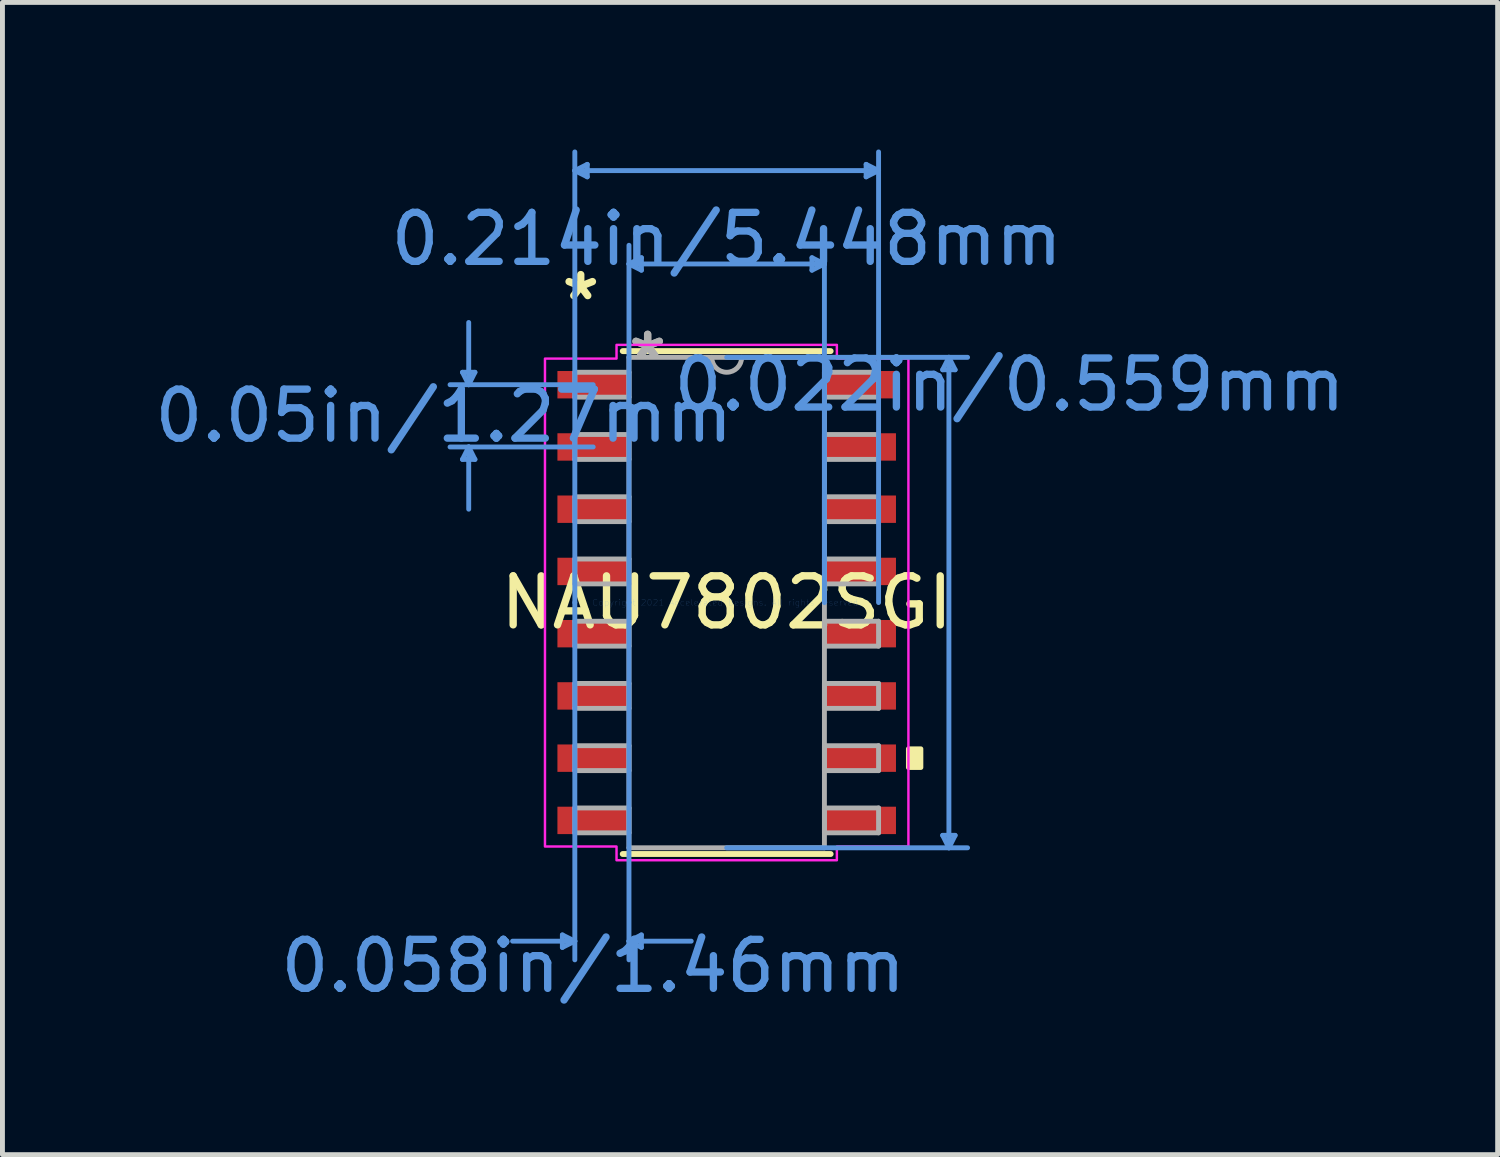
<source format=kicad_pcb>
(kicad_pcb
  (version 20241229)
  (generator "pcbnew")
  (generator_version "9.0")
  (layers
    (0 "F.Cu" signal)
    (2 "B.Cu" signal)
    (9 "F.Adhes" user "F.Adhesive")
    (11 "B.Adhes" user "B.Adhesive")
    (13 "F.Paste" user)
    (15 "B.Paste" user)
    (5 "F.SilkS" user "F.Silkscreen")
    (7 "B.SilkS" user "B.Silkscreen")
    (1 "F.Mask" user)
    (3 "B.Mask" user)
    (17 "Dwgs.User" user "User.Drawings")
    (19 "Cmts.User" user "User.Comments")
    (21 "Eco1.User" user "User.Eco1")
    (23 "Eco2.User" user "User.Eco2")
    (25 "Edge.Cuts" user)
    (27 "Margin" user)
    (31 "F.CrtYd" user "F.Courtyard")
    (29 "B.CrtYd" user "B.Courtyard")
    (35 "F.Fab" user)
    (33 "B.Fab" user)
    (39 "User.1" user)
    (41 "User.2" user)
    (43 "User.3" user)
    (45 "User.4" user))
  (footprint "NAU7802SGI"
    (layer "F.Cu")
    (at 11.778 9.245)
    (property "Reference" "NAU7802SGI" (at 0 0 0) (layer "F.SilkS") (effects (font (size 1 1) (thickness 0.15))))
    (attr smd)
    (fp_line (start -2.121 5.131) (end 2.121 5.131) (stroke (width 0.12) (type solid)) (layer "F.SilkS"))
    (fp_line (start 2.121 -5.131) (end -2.121 -5.131) (stroke (width 0.12) (type solid)) (layer "F.SilkS"))
    (fp_poly (pts (xy 3.962 2.985) (xy 3.962 3.365) (xy 3.708 3.365) (xy 3.708 2.985)) (stroke (width 0.1) (type solid)) (fill yes) (layer "F.SilkS"))
    (fp_line (start -5.391 -4.699) (end -5.137 -4.699) (stroke (width 0.1) (type solid)) (layer "Cmts.User"))
    (fp_line (start -5.391 -2.921) (end -5.137 -2.921) (stroke (width 0.1) (type solid)) (layer "Cmts.User"))
    (fp_line (start -5.264 -4.445) (end -5.391 -4.699) (stroke (width 0.1) (type solid)) (layer "Cmts.User"))
    (fp_line (start -5.264 -4.445) (end -5.264 -5.715) (stroke (width 0.1) (type solid)) (layer "Cmts.User"))
    (fp_line (start -5.264 -4.445) (end -5.137 -4.699) (stroke (width 0.1) (type solid)) (layer "Cmts.User"))
    (fp_line (start -5.264 -3.175) (end -5.391 -2.921) (stroke (width 0.1) (type solid)) (layer "Cmts.User"))
    (fp_line (start -5.264 -3.175) (end -5.264 -1.905) (stroke (width 0.1) (type solid)) (layer "Cmts.User"))
    (fp_line (start -5.264 -3.175) (end -5.137 -2.921) (stroke (width 0.1) (type solid)) (layer "Cmts.User"))
    (fp_line (start -3.353 6.782) (end -3.353 7.036) (stroke (width 0.1) (type solid)) (layer "Cmts.User"))
    (fp_line (start -3.099 -8.814) (end -2.845 -8.941) (stroke (width 0.1) (type solid)) (layer "Cmts.User"))
    (fp_line (start -3.099 -8.814) (end -2.845 -8.687) (stroke (width 0.1) (type solid)) (layer "Cmts.User"))
    (fp_line (start -3.099 -8.814) (end 3.099 -8.814) (stroke (width 0.1) (type solid)) (layer "Cmts.User"))
    (fp_line (start -3.099 0) (end -3.099 -9.195) (stroke (width 0.1) (type solid)) (layer "Cmts.User"))
    (fp_line (start -3.099 0) (end -3.099 7.29) (stroke (width 0.1) (type solid)) (layer "Cmts.User"))
    (fp_line (start -3.099 6.909) (end -4.369 6.909) (stroke (width 0.1) (type solid)) (layer "Cmts.User"))
    (fp_line (start -3.099 6.909) (end -3.353 6.782) (stroke (width 0.1) (type solid)) (layer "Cmts.User"))
    (fp_line (start -3.099 6.909) (end -3.353 7.036) (stroke (width 0.1) (type solid)) (layer "Cmts.User"))
    (fp_line (start -2.845 -8.941) (end -2.845 -8.687) (stroke (width 0.1) (type solid)) (layer "Cmts.User"))
    (fp_line (start -2.724 -4.445) (end -5.645 -4.445) (stroke (width 0.1) (type solid)) (layer "Cmts.User"))
    (fp_line (start -2.724 -3.175) (end -5.645 -3.175) (stroke (width 0.1) (type solid)) (layer "Cmts.User"))
    (fp_line (start -1.994 -6.909) (end -1.74 -7.036) (stroke (width 0.1) (type solid)) (layer "Cmts.User"))
    (fp_line (start -1.994 -6.909) (end -1.74 -6.782) (stroke (width 0.1) (type solid)) (layer "Cmts.User"))
    (fp_line (start -1.994 -6.909) (end 1.994 -6.909) (stroke (width 0.1) (type solid)) (layer "Cmts.User"))
    (fp_line (start -1.994 0) (end -1.994 -7.29) (stroke (width 0.1) (type solid)) (layer "Cmts.User"))
    (fp_line (start -1.994 0) (end -1.994 7.29) (stroke (width 0.1) (type solid)) (layer "Cmts.User"))
    (fp_line (start -1.994 6.909) (end -1.74 6.782) (stroke (width 0.1) (type solid)) (layer "Cmts.User"))
    (fp_line (start -1.994 6.909) (end -1.74 7.036) (stroke (width 0.1) (type solid)) (layer "Cmts.User"))
    (fp_line (start -1.994 6.909) (end -0.724 6.909) (stroke (width 0.1) (type solid)) (layer "Cmts.User"))
    (fp_line (start -1.74 -7.036) (end -1.74 -6.782) (stroke (width 0.1) (type solid)) (layer "Cmts.User"))
    (fp_line (start -1.74 6.782) (end -1.74 7.036) (stroke (width 0.1) (type solid)) (layer "Cmts.User"))
    (fp_line (start 0 -5.004) (end 4.915 -5.004) (stroke (width 0.1) (type solid)) (layer "Cmts.User"))
    (fp_line (start 0 5.004) (end 4.915 5.004) (stroke (width 0.1) (type solid)) (layer "Cmts.User"))
    (fp_line (start 1.74 -7.036) (end 1.74 -6.782) (stroke (width 0.1) (type solid)) (layer "Cmts.User"))
    (fp_line (start 1.994 -6.909) (end 1.74 -7.036) (stroke (width 0.1) (type solid)) (layer "Cmts.User"))
    (fp_line (start 1.994 -6.909) (end 1.74 -6.782) (stroke (width 0.1) (type solid)) (layer "Cmts.User"))
    (fp_line (start 1.994 0) (end 1.994 -7.29) (stroke (width 0.1) (type solid)) (layer "Cmts.User"))
    (fp_line (start 2.845 -8.941) (end 2.845 -8.687) (stroke (width 0.1) (type solid)) (layer "Cmts.User"))
    (fp_line (start 3.099 -8.814) (end 2.845 -8.941) (stroke (width 0.1) (type solid)) (layer "Cmts.User"))
    (fp_line (start 3.099 -8.814) (end 2.845 -8.687) (stroke (width 0.1) (type solid)) (layer "Cmts.User"))
    (fp_line (start 3.099 0) (end 3.099 -9.195) (stroke (width 0.1) (type solid)) (layer "Cmts.User"))
    (fp_line (start 4.407 -4.75) (end 4.661 -4.75) (stroke (width 0.1) (type solid)) (layer "Cmts.User"))
    (fp_line (start 4.407 4.75) (end 4.661 4.75) (stroke (width 0.1) (type solid)) (layer "Cmts.User"))
    (fp_line (start 4.534 -5.004) (end 4.407 -4.75) (stroke (width 0.1) (type solid)) (layer "Cmts.User"))
    (fp_line (start 4.534 -5.004) (end 4.534 5.004) (stroke (width 0.1) (type solid)) (layer "Cmts.User"))
    (fp_line (start 4.534 -5.004) (end 4.661 -4.75) (stroke (width 0.1) (type solid)) (layer "Cmts.User"))
    (fp_line (start 4.534 5.004) (end 4.407 4.75) (stroke (width 0.1) (type solid)) (layer "Cmts.User"))
    (fp_line (start 4.534 5.004) (end 4.661 4.75) (stroke (width 0.1) (type solid)) (layer "Cmts.User"))
    (fp_poly (pts (xy 2.248 -4.978) (xy 3.708 -4.978) (xy 3.708 4.978) (xy 2.248 4.978) (xy 2.248 5.258) (xy -2.248 5.258) (xy -2.248 4.978) (xy -3.708 4.978) (xy -3.708 -4.978) (xy -2.248 -4.978) (xy -2.248 -5.258) (xy 2.248 -5.258)) (stroke (width 0.05) (type solid)) (fill no) (layer "F.CrtYd"))
    (fp_line (start -3.099 -4.699) (end -3.099 -4.191) (stroke (width 0.1) (type solid)) (layer "F.Fab"))
    (fp_line (start -3.099 -4.191) (end -1.994 -4.191) (stroke (width 0.1) (type solid)) (layer "F.Fab"))
    (fp_line (start -3.099 -3.429) (end -3.099 -2.921) (stroke (width 0.1) (type solid)) (layer "F.Fab"))
    (fp_line (start -3.099 -2.921) (end -1.994 -2.921) (stroke (width 0.1) (type solid)) (layer "F.Fab"))
    (fp_line (start -3.099 -2.159) (end -3.099 -1.651) (stroke (width 0.1) (type solid)) (layer "F.Fab"))
    (fp_line (start -3.099 -1.651) (end -1.994 -1.651) (stroke (width 0.1) (type solid)) (layer "F.Fab"))
    (fp_line (start -3.099 -0.889) (end -3.099 -0.381) (stroke (width 0.1) (type solid)) (layer "F.Fab"))
    (fp_line (start -3.099 -0.381) (end -1.994 -0.381) (stroke (width 0.1) (type solid)) (layer "F.Fab"))
    (fp_line (start -3.099 0.381) (end -3.099 0.889) (stroke (width 0.1) (type solid)) (layer "F.Fab"))
    (fp_line (start -3.099 0.889) (end -1.994 0.889) (stroke (width 0.1) (type solid)) (layer "F.Fab"))
    (fp_line (start -3.099 1.651) (end -3.099 2.159) (stroke (width 0.1) (type solid)) (layer "F.Fab"))
    (fp_line (start -3.099 2.159) (end -1.994 2.159) (stroke (width 0.1) (type solid)) (layer "F.Fab"))
    (fp_line (start -3.099 2.921) (end -3.099 3.429) (stroke (width 0.1) (type solid)) (layer "F.Fab"))
    (fp_line (start -3.099 3.429) (end -1.994 3.429) (stroke (width 0.1) (type solid)) (layer "F.Fab"))
    (fp_line (start -3.099 4.191) (end -3.099 4.699) (stroke (width 0.1) (type solid)) (layer "F.Fab"))
    (fp_line (start -3.099 4.699) (end -1.994 4.699) (stroke (width 0.1) (type solid)) (layer "F.Fab"))
    (fp_line (start -1.994 -5.004) (end -1.994 5.004) (stroke (width 0.1) (type solid)) (layer "F.Fab"))
    (fp_line (start -1.994 -4.699) (end -3.099 -4.699) (stroke (width 0.1) (type solid)) (layer "F.Fab"))
    (fp_line (start -1.994 -4.191) (end -1.994 -4.699) (stroke (width 0.1) (type solid)) (layer "F.Fab"))
    (fp_line (start -1.994 -3.429) (end -3.099 -3.429) (stroke (width 0.1) (type solid)) (layer "F.Fab"))
    (fp_line (start -1.994 -2.921) (end -1.994 -3.429) (stroke (width 0.1) (type solid)) (layer "F.Fab"))
    (fp_line (start -1.994 -2.159) (end -3.099 -2.159) (stroke (width 0.1) (type solid)) (layer "F.Fab"))
    (fp_line (start -1.994 -1.651) (end -1.994 -2.159) (stroke (width 0.1) (type solid)) (layer "F.Fab"))
    (fp_line (start -1.994 -0.889) (end -3.099 -0.889) (stroke (width 0.1) (type solid)) (layer "F.Fab"))
    (fp_line (start -1.994 -0.381) (end -1.994 -0.889) (stroke (width 0.1) (type solid)) (layer "F.Fab"))
    (fp_line (start -1.994 0.381) (end -3.099 0.381) (stroke (width 0.1) (type solid)) (layer "F.Fab"))
    (fp_line (start -1.994 0.889) (end -1.994 0.381) (stroke (width 0.1) (type solid)) (layer "F.Fab"))
    (fp_line (start -1.994 1.651) (end -3.099 1.651) (stroke (width 0.1) (type solid)) (layer "F.Fab"))
    (fp_line (start -1.994 2.159) (end -1.994 1.651) (stroke (width 0.1) (type solid)) (layer "F.Fab"))
    (fp_line (start -1.994 2.921) (end -3.099 2.921) (stroke (width 0.1) (type solid)) (layer "F.Fab"))
    (fp_line (start -1.994 3.429) (end -1.994 2.921) (stroke (width 0.1) (type solid)) (layer "F.Fab"))
    (fp_line (start -1.994 4.191) (end -3.099 4.191) (stroke (width 0.1) (type solid)) (layer "F.Fab"))
    (fp_line (start -1.994 4.699) (end -1.994 4.191) (stroke (width 0.1) (type solid)) (layer "F.Fab"))
    (fp_line (start -1.994 5.004) (end 1.994 5.004) (stroke (width 0.1) (type solid)) (layer "F.Fab"))
    (fp_line (start 1.994 -5.004) (end -1.994 -5.004) (stroke (width 0.1) (type solid)) (layer "F.Fab"))
    (fp_line (start 1.994 -4.699) (end 1.994 -4.191) (stroke (width 0.1) (type solid)) (layer "F.Fab"))
    (fp_line (start 1.994 -4.191) (end 3.099 -4.191) (stroke (width 0.1) (type solid)) (layer "F.Fab"))
    (fp_line (start 1.994 -3.429) (end 1.994 -2.921) (stroke (width 0.1) (type solid)) (layer "F.Fab"))
    (fp_line (start 1.994 -2.921) (end 3.099 -2.921) (stroke (width 0.1) (type solid)) (layer "F.Fab"))
    (fp_line (start 1.994 -2.159) (end 1.994 -1.651) (stroke (width 0.1) (type solid)) (layer "F.Fab"))
    (fp_line (start 1.994 -1.651) (end 3.099 -1.651) (stroke (width 0.1) (type solid)) (layer "F.Fab"))
    (fp_line (start 1.994 -0.889) (end 1.994 -0.381) (stroke (width 0.1) (type solid)) (layer "F.Fab"))
    (fp_line (start 1.994 -0.381) (end 3.099 -0.381) (stroke (width 0.1) (type solid)) (layer "F.Fab"))
    (fp_line (start 1.994 0.381) (end 1.994 0.889) (stroke (width 0.1) (type solid)) (layer "F.Fab"))
    (fp_line (start 1.994 0.889) (end 3.099 0.889) (stroke (width 0.1) (type solid)) (layer "F.Fab"))
    (fp_line (start 1.994 1.651) (end 1.994 2.159) (stroke (width 0.1) (type solid)) (layer "F.Fab"))
    (fp_line (start 1.994 2.159) (end 3.099 2.159) (stroke (width 0.1) (type solid)) (layer "F.Fab"))
    (fp_line (start 1.994 2.921) (end 1.994 3.429) (stroke (width 0.1) (type solid)) (layer "F.Fab"))
    (fp_line (start 1.994 3.429) (end 3.099 3.429) (stroke (width 0.1) (type solid)) (layer "F.Fab"))
    (fp_line (start 1.994 4.191) (end 1.994 4.699) (stroke (width 0.1) (type solid)) (layer "F.Fab"))
    (fp_line (start 1.994 4.699) (end 3.099 4.699) (stroke (width 0.1) (type solid)) (layer "F.Fab"))
    (fp_line (start 1.994 5.004) (end 1.994 -5.004) (stroke (width 0.1) (type solid)) (layer "F.Fab"))
    (fp_line (start 3.099 -4.699) (end 1.994 -4.699) (stroke (width 0.1) (type solid)) (layer "F.Fab"))
    (fp_line (start 3.099 -4.191) (end 3.099 -4.699) (stroke (width 0.1) (type solid)) (layer "F.Fab"))
    (fp_line (start 3.099 -3.429) (end 1.994 -3.429) (stroke (width 0.1) (type solid)) (layer "F.Fab"))
    (fp_line (start 3.099 -2.921) (end 3.099 -3.429) (stroke (width 0.1) (type solid)) (layer "F.Fab"))
    (fp_line (start 3.099 -2.159) (end 1.994 -2.159) (stroke (width 0.1) (type solid)) (layer "F.Fab"))
    (fp_line (start 3.099 -1.651) (end 3.099 -2.159) (stroke (width 0.1) (type solid)) (layer "F.Fab"))
    (fp_line (start 3.099 -0.889) (end 1.994 -0.889) (stroke (width 0.1) (type solid)) (layer "F.Fab"))
    (fp_line (start 3.099 -0.381) (end 3.099 -0.889) (stroke (width 0.1) (type solid)) (layer "F.Fab"))
    (fp_line (start 3.099 0.381) (end 1.994 0.381) (stroke (width 0.1) (type solid)) (layer "F.Fab"))
    (fp_line (start 3.099 0.889) (end 3.099 0.381) (stroke (width 0.1) (type solid)) (layer "F.Fab"))
    (fp_line (start 3.099 1.651) (end 1.994 1.651) (stroke (width 0.1) (type solid)) (layer "F.Fab"))
    (fp_line (start 3.099 2.159) (end 3.099 1.651) (stroke (width 0.1) (type solid)) (layer "F.Fab"))
    (fp_line (start 3.099 2.921) (end 1.994 2.921) (stroke (width 0.1) (type solid)) (layer "F.Fab"))
    (fp_line (start 3.099 3.429) (end 3.099 2.921) (stroke (width 0.1) (type solid)) (layer "F.Fab"))
    (fp_line (start 3.099 4.191) (end 1.994 4.191) (stroke (width 0.1) (type solid)) (layer "F.Fab"))
    (fp_line (start 3.099 4.699) (end 3.099 4.191) (stroke (width 0.1) (type solid)) (layer "F.Fab"))
    (fp_arc (start 0.3048 -5.0038) (mid 0 -4.699) (end -0.3048 -5.0038) (stroke (width 0.1) (type solid)) (layer "F.Fab"))
    (fp_text user "*" (at -2.978 -6.147 0) (layer "F.SilkS") (effects (font (size 1 1) (thickness 0.15))))
    (fp_text user "0.058in/1.46mm" (at -2.724 7.417 0) (layer "Cmts.User") (effects (font (size 1 1) (thickness 0.15))))
    (fp_text user "0.022in/0.559mm" (at 5.772 -4.445 0) (layer "Cmts.User") (effects (font (size 1 1) (thickness 0.15))))
    (fp_text user "0.214in/5.448mm" (at 0 -7.417 0) (layer "Cmts.User") (effects (font (size 1 1) (thickness 0.15))))
    (fp_text user "0.05in/1.27mm" (at -5.772 -3.81 0) (layer "Cmts.User") (effects (font (size 1 1) (thickness 0.15))))
    (fp_text user "Copyright 2021 Accelerated Designs. All rights reserved." (at 0 0 0) (layer "Cmts.User") (effects (font (size 0.127 0.127) (thickness 0.002))))
    (fp_text user "*" (at -1.613 -4.928 0) (layer "F.Fab") (effects (font (size 1 1) (thickness 0.15))))
    (fp_text user "*" (at -1.613 -4.928 0) (layer "F.Fab") (effects (font (size 1 1) (thickness 0.15))))
    (pad "1" smd rect (at -2.724 -4.445) (size 1.46 0.559) (layers "F.Cu" "F.Mask" "F.Paste"))
    (pad "2" smd rect (at -2.724 -3.175) (size 1.46 0.559) (layers "F.Cu" "F.Mask" "F.Paste"))
    (pad "3" smd rect (at -2.724 -1.905) (size 1.46 0.559) (layers "F.Cu" "F.Mask" "F.Paste"))
    (pad "4" smd rect (at -2.724 -0.635) (size 1.46 0.559) (layers "F.Cu" "F.Mask" "F.Paste"))
    (pad "5" smd rect (at -2.724 0.635) (size 1.46 0.559) (layers "F.Cu" "F.Mask" "F.Paste"))
    (pad "6" smd rect (at -2.724 1.905) (size 1.46 0.559) (layers "F.Cu" "F.Mask" "F.Paste"))
    (pad "7" smd rect (at -2.724 3.175) (size 1.46 0.559) (layers "F.Cu" "F.Mask" "F.Paste"))
    (pad "8" smd rect (at -2.724 4.445) (size 1.46 0.559) (layers "F.Cu" "F.Mask" "F.Paste"))
    (pad "9" smd rect (at 2.724 4.445) (size 1.46 0.559) (layers "F.Cu" "F.Mask" "F.Paste"))
    (pad "10" smd rect (at 2.724 3.175) (size 1.46 0.559) (layers "F.Cu" "F.Mask" "F.Paste"))
    (pad "11" smd rect (at 2.724 1.905) (size 1.46 0.559) (layers "F.Cu" "F.Mask" "F.Paste"))
    (pad "12" smd rect (at 2.724 0.635) (size 1.46 0.559) (layers "F.Cu" "F.Mask" "F.Paste"))
    (pad "13" smd rect (at 2.724 -0.635) (size 1.46 0.559) (layers "F.Cu" "F.Mask" "F.Paste"))
    (pad "14" smd rect (at 2.724 -1.905) (size 1.46 0.559) (layers "F.Cu" "F.Mask" "F.Paste"))
    (pad "15" smd rect (at 2.724 -3.175) (size 1.46 0.559) (layers "F.Cu" "F.Mask" "F.Paste"))
    (pad "16" smd rect (at 2.724 -4.445) (size 1.46 0.559) (layers "F.Cu" "F.Mask" "F.Paste")))
  (gr_rect
    (start -3 -3)
    (end 27.509 20.51)
    (stroke (width 0.1) (type default))
    (fill no)
    (layer "Edge.Cuts")))
</source>
